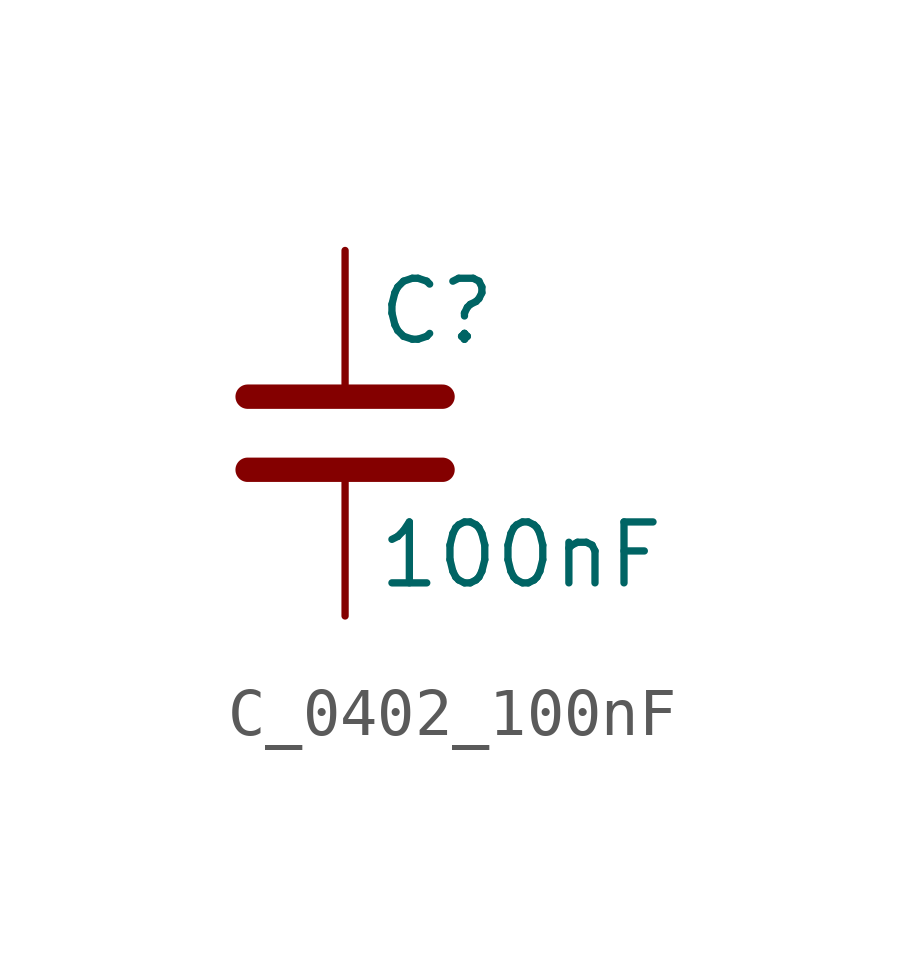
<source format=kicad_sym>
(kicad_symbol_lib
  (version 20241209)
  (generator "kicad_symbol_editor")
  (generator_version "9.0")
  (symbol "C_0402_100nF"
    (pin_numbers
      (hide yes))
    (pin_names
      (offset 0.254))
    (property "Reference" "C"
      (at 0.635 2.54 0)
      (effects (font (size 1.27 1.27)) (justify left)))
    (property "Value" "100nF"
      (at 0.635 -2.54 0)
      (effects (font (size 1.27 1.27)) (justify left)))
    (symbol "C_0402_100nF_0_1"
      (polyline (pts (xy -2.032 0.762) (xy 2.032 0.762)) (stroke (width 0.508) (type default)) (fill (type none)))
      (polyline (pts (xy -2.032 -0.762) (xy 2.032 -0.762)) (stroke (width 0.508) (type default)) (fill (type none))))
    (symbol "C_0402_100nF_1_1"
      (pin passive line (at 0 3.81 270) (length 2.794) (name "~" (effects (font (size 1.27 1.27)))) (number "1" (effects (font (size 1.27 1.27)))))
      (pin passive line (at 0 -3.81 90) (length 2.794) (name "~" (effects (font (size 1.27 1.27)))) (number "2" (effects (font (size 1.27 1.27))))))))
</source>
